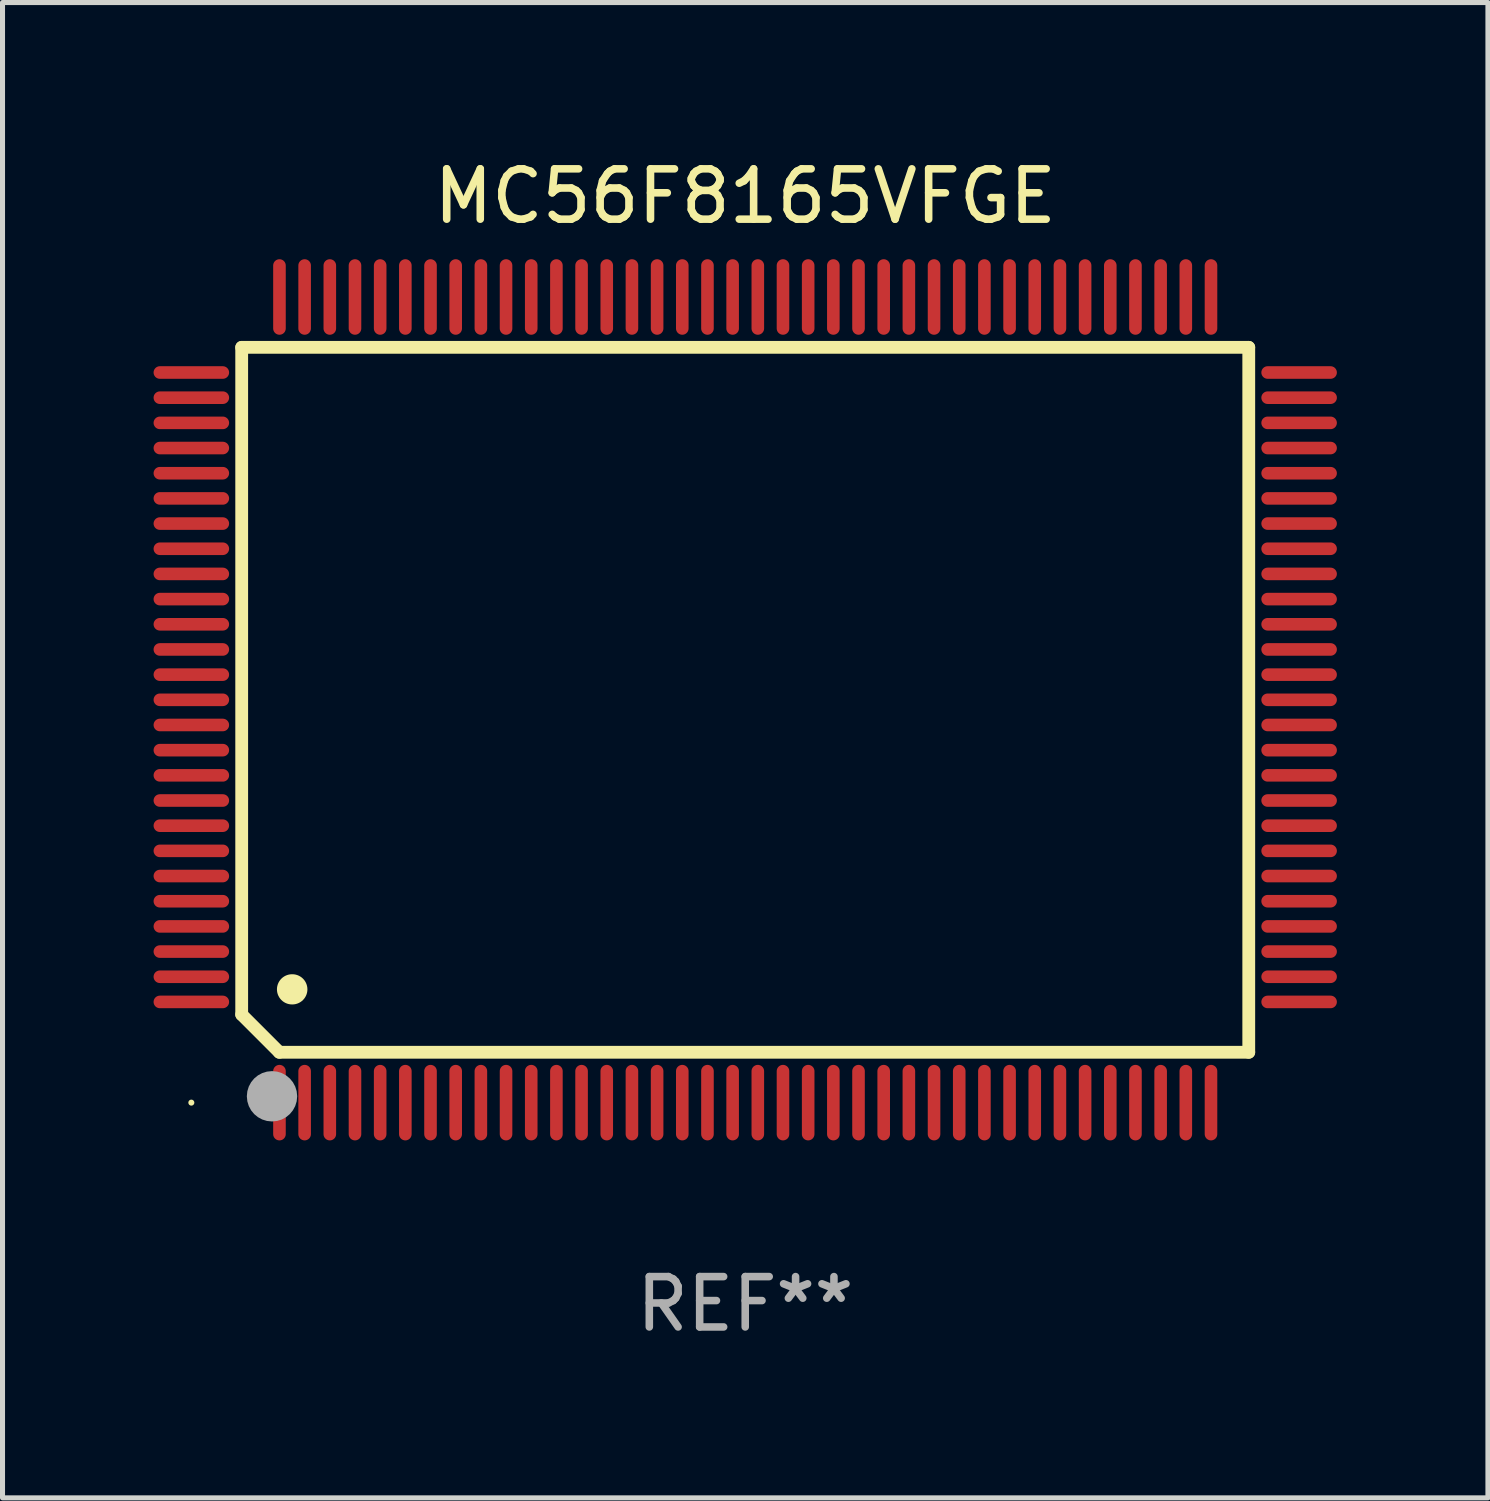
<source format=kicad_pcb>
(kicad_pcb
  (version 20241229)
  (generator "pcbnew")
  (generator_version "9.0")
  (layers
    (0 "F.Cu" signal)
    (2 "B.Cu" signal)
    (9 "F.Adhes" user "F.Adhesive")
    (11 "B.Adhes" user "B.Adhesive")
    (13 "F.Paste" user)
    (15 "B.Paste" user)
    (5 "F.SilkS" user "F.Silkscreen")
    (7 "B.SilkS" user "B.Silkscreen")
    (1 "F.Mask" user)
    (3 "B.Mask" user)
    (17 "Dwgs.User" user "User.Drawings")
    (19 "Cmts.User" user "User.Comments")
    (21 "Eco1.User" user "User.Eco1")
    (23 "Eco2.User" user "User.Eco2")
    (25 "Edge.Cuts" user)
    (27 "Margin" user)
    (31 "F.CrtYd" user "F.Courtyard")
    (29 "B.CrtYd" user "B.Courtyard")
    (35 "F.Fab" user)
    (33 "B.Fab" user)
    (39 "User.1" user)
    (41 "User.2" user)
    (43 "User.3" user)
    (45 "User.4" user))
  (footprint "MC56F8165VFGE"
    (layer "F.Cu")
    (at 11.75 10.848)
    (property "Reference" "MC56F8165VFGE" (at 0 -10 0) (layer "F.SilkS") (effects (font (size 1 1) (thickness 0.15))))
    (attr through_hole)
    (fp_line (start -10 -7) (end -10 6.25) (stroke (width 0.254) (type solid)) (layer "F.SilkS"))
    (fp_line (start -10 -7) (end 10 -7) (stroke (width 0.254) (type solid)) (layer "F.SilkS"))
    (fp_line (start -9.252 7) (end -10 6.252) (stroke (width 0.254) (type solid)) (layer "F.SilkS"))
    (fp_line (start 10 -7) (end 10 7) (stroke (width 0.254) (type solid)) (layer "F.SilkS"))
    (fp_line (start 10 7) (end -9.252 7) (stroke (width 0.254) (type solid)) (layer "F.SilkS"))
    (fp_arc (start -9.000025 5.750013) (mid -8.997485 5.750002) (end -8.994945 5.750013) (stroke (width 0.6) (type solid)) (layer "F.SilkS"))
    (fp_circle (center -11 8) (end -10.97 8) (stroke (width 0.06) (type solid)) (fill no) (layer "F.SilkS"))
    (fp_circle (center -9.398 7.874) (end -9.148 7.874) (stroke (width 0.5) (type solid)) (fill no) (layer "F.Fab"))
    (fp_text user "REF**" (at 0 12 0) (layer "F.Fab") (effects (font (size 1 1) (thickness 0.15))))
    (pad "1" smd oval (at -9.25 8) (size 0.25 1.5) (layers "F.Cu" "F.Mask" "F.Paste"))
    (pad "2" smd oval (at -8.75 8) (size 0.25 1.5) (layers "F.Cu" "F.Mask" "F.Paste"))
    (pad "3" smd oval (at -8.25 8) (size 0.25 1.5) (layers "F.Cu" "F.Mask" "F.Paste"))
    (pad "4" smd oval (at -7.75 8) (size 0.25 1.5) (layers "F.Cu" "F.Mask" "F.Paste"))
    (pad "5" smd oval (at -7.25 8) (size 0.25 1.5) (layers "F.Cu" "F.Mask" "F.Paste"))
    (pad "6" smd oval (at -6.75 8) (size 0.25 1.5) (layers "F.Cu" "F.Mask" "F.Paste"))
    (pad "7" smd oval (at -6.25 8) (size 0.25 1.5) (layers "F.Cu" "F.Mask" "F.Paste"))
    (pad "8" smd oval (at -5.75 8) (size 0.25 1.5) (layers "F.Cu" "F.Mask" "F.Paste"))
    (pad "9" smd oval (at -5.25 8) (size 0.25 1.5) (layers "F.Cu" "F.Mask" "F.Paste"))
    (pad "10" smd oval (at -4.75 8) (size 0.25 1.5) (layers "F.Cu" "F.Mask" "F.Paste"))
    (pad "11" smd oval (at -4.25 8) (size 0.25 1.5) (layers "F.Cu" "F.Mask" "F.Paste"))
    (pad "12" smd oval (at -3.75 8) (size 0.25 1.5) (layers "F.Cu" "F.Mask" "F.Paste"))
    (pad "13" smd oval (at -3.25 8) (size 0.25 1.5) (layers "F.Cu" "F.Mask" "F.Paste"))
    (pad "14" smd oval (at -2.75 8) (size 0.25 1.5) (layers "F.Cu" "F.Mask" "F.Paste"))
    (pad "15" smd oval (at -2.25 8) (size 0.25 1.5) (layers "F.Cu" "F.Mask" "F.Paste"))
    (pad "16" smd oval (at -1.75 8) (size 0.25 1.5) (layers "F.Cu" "F.Mask" "F.Paste"))
    (pad "17" smd oval (at -1.25 8) (size 0.25 1.5) (layers "F.Cu" "F.Mask" "F.Paste"))
    (pad "18" smd oval (at -0.75 8) (size 0.25 1.5) (layers "F.Cu" "F.Mask" "F.Paste"))
    (pad "19" smd oval (at -0.25 8) (size 0.25 1.5) (layers "F.Cu" "F.Mask" "F.Paste"))
    (pad "20" smd oval (at 0.25 8) (size 0.25 1.5) (layers "F.Cu" "F.Mask" "F.Paste"))
    (pad "21" smd oval (at 0.75 8) (size 0.25 1.5) (layers "F.Cu" "F.Mask" "F.Paste"))
    (pad "22" smd oval (at 1.25 8) (size 0.25 1.5) (layers "F.Cu" "F.Mask" "F.Paste"))
    (pad "23" smd oval (at 1.75 8) (size 0.25 1.5) (layers "F.Cu" "F.Mask" "F.Paste"))
    (pad "24" smd oval (at 2.25 8) (size 0.25 1.5) (layers "F.Cu" "F.Mask" "F.Paste"))
    (pad "25" smd oval (at 2.75 8) (size 0.25 1.5) (layers "F.Cu" "F.Mask" "F.Paste"))
    (pad "26" smd oval (at 3.25 8) (size 0.25 1.5) (layers "F.Cu" "F.Mask" "F.Paste"))
    (pad "27" smd oval (at 3.75 8) (size 0.25 1.5) (layers "F.Cu" "F.Mask" "F.Paste"))
    (pad "28" smd oval (at 4.25 8) (size 0.25 1.5) (layers "F.Cu" "F.Mask" "F.Paste"))
    (pad "29" smd oval (at 4.75 8) (size 0.25 1.5) (layers "F.Cu" "F.Mask" "F.Paste"))
    (pad "30" smd oval (at 5.25 8) (size 0.25 1.5) (layers "F.Cu" "F.Mask" "F.Paste"))
    (pad "31" smd oval (at 5.75 8) (size 0.25 1.5) (layers "F.Cu" "F.Mask" "F.Paste"))
    (pad "32" smd oval (at 6.25 8) (size 0.25 1.5) (layers "F.Cu" "F.Mask" "F.Paste"))
    (pad "33" smd oval (at 6.75 8 180) (size 0.25 1.5) (layers "F.Cu" "F.Mask" "F.Paste"))
    (pad "34" smd oval (at 7.25 8 180) (size 0.25 1.5) (layers "F.Cu" "F.Mask" "F.Paste"))
    (pad "35" smd oval (at 7.75 8 180) (size 0.25 1.5) (layers "F.Cu" "F.Mask" "F.Paste"))
    (pad "36" smd oval (at 8.25 8 180) (size 0.25 1.5) (layers "F.Cu" "F.Mask" "F.Paste"))
    (pad "37" smd oval (at 8.75 8 180) (size 0.25 1.5) (layers "F.Cu" "F.Mask" "F.Paste"))
    (pad "38" smd oval (at 9.25 8 180) (size 0.25 1.5) (layers "F.Cu" "F.Mask" "F.Paste"))
    (pad "39" smd oval (at 11 6 270) (size 0.25 1.5) (layers "F.Cu" "F.Mask" "F.Paste"))
    (pad "40" smd oval (at 11 5.5 270) (size 0.25 1.5) (layers "F.Cu" "F.Mask" "F.Paste"))
    (pad "41" smd oval (at 11 5 270) (size 0.25 1.5) (layers "F.Cu" "F.Mask" "F.Paste"))
    (pad "42" smd oval (at 11 4.5 270) (size 0.25 1.5) (layers "F.Cu" "F.Mask" "F.Paste"))
    (pad "43" smd oval (at 11 4 270) (size 0.25 1.5) (layers "F.Cu" "F.Mask" "F.Paste"))
    (pad "44" smd oval (at 11 3.5 270) (size 0.25 1.5) (layers "F.Cu" "F.Mask" "F.Paste"))
    (pad "45" smd oval (at 11 3 270) (size 0.25 1.5) (layers "F.Cu" "F.Mask" "F.Paste"))
    (pad "46" smd oval (at 11 2.5 270) (size 0.25 1.5) (layers "F.Cu" "F.Mask" "F.Paste"))
    (pad "47" smd oval (at 11 2 270) (size 0.25 1.5) (layers "F.Cu" "F.Mask" "F.Paste"))
    (pad "48" smd oval (at 11 1.5 270) (size 0.25 1.5) (layers "F.Cu" "F.Mask" "F.Paste"))
    (pad "49" smd oval (at 11 1 270) (size 0.25 1.5) (layers "F.Cu" "F.Mask" "F.Paste"))
    (pad "50" smd oval (at 11 0.5 270) (size 0.25 1.5) (layers "F.Cu" "F.Mask" "F.Paste"))
    (pad "51" smd oval (at 11 0 270) (size 0.25 1.5) (layers "F.Cu" "F.Mask" "F.Paste"))
    (pad "52" smd oval (at 11 -0.5 270) (size 0.25 1.5) (layers "F.Cu" "F.Mask" "F.Paste"))
    (pad "53" smd oval (at 11 -1 270) (size 0.25 1.5) (layers "F.Cu" "F.Mask" "F.Paste"))
    (pad "54" smd oval (at 11 -1.5 270) (size 0.25 1.5) (layers "F.Cu" "F.Mask" "F.Paste"))
    (pad "55" smd oval (at 11 -2 270) (size 0.25 1.5) (layers "F.Cu" "F.Mask" "F.Paste"))
    (pad "56" smd oval (at 11 -2.5 270) (size 0.25 1.5) (layers "F.Cu" "F.Mask" "F.Paste"))
    (pad "57" smd oval (at 11 -3 270) (size 0.25 1.5) (layers "F.Cu" "F.Mask" "F.Paste"))
    (pad "58" smd oval (at 11 -3.5 270) (size 0.25 1.5) (layers "F.Cu" "F.Mask" "F.Paste"))
    (pad "59" smd oval (at 11 -4 270) (size 0.25 1.5) (layers "F.Cu" "F.Mask" "F.Paste"))
    (pad "60" smd oval (at 11 -4.5 270) (size 0.25 1.5) (layers "F.Cu" "F.Mask" "F.Paste"))
    (pad "61" smd oval (at 11 -5 270) (size 0.25 1.5) (layers "F.Cu" "F.Mask" "F.Paste"))
    (pad "62" smd oval (at 11 -5.5 270) (size 0.25 1.5) (layers "F.Cu" "F.Mask" "F.Paste"))
    (pad "63" smd oval (at 11 -6 270) (size 0.25 1.5) (layers "F.Cu" "F.Mask" "F.Paste"))
    (pad "64" smd oval (at 11 -6.5 270) (size 0.25 1.5) (layers "F.Cu" "F.Mask" "F.Paste"))
    (pad "65" smd oval (at 9.25 -8 180) (size 0.25 1.5) (layers "F.Cu" "F.Mask" "F.Paste"))
    (pad "66" smd oval (at 8.75 -8 180) (size 0.25 1.5) (layers "F.Cu" "F.Mask" "F.Paste"))
    (pad "67" smd oval (at 8.25 -8 180) (size 0.25 1.5) (layers "F.Cu" "F.Mask" "F.Paste"))
    (pad "68" smd oval (at 7.75 -8 180) (size 0.25 1.5) (layers "F.Cu" "F.Mask" "F.Paste"))
    (pad "69" smd oval (at 7.25 -8 180) (size 0.25 1.5) (layers "F.Cu" "F.Mask" "F.Paste"))
    (pad "70" smd oval (at 6.75 -8 180) (size 0.25 1.5) (layers "F.Cu" "F.Mask" "F.Paste"))
    (pad "71" smd oval (at 6.25 -8 180) (size 0.25 1.5) (layers "F.Cu" "F.Mask" "F.Paste"))
    (pad "72" smd oval (at 5.75 -8 180) (size 0.25 1.5) (layers "F.Cu" "F.Mask" "F.Paste"))
    (pad "73" smd oval (at 5.25 -8 180) (size 0.25 1.5) (layers "F.Cu" "F.Mask" "F.Paste"))
    (pad "74" smd oval (at 4.75 -8 180) (size 0.25 1.5) (layers "F.Cu" "F.Mask" "F.Paste"))
    (pad "75" smd oval (at 4.25 -8 180) (size 0.25 1.5) (layers "F.Cu" "F.Mask" "F.Paste"))
    (pad "76" smd oval (at 3.75 -8 180) (size 0.25 1.5) (layers "F.Cu" "F.Mask" "F.Paste"))
    (pad "77" smd oval (at 3.25 -8 180) (size 0.25 1.5) (layers "F.Cu" "F.Mask" "F.Paste"))
    (pad "78" smd oval (at 2.75 -8 180) (size 0.25 1.5) (layers "F.Cu" "F.Mask" "F.Paste"))
    (pad "79" smd oval (at 2.25 -8 180) (size 0.25 1.5) (layers "F.Cu" "F.Mask" "F.Paste"))
    (pad "80" smd oval (at 1.75 -8 180) (size 0.25 1.5) (layers "F.Cu" "F.Mask" "F.Paste"))
    (pad "81" smd oval (at 1.25 -8 180) (size 0.25 1.5) (layers "F.Cu" "F.Mask" "F.Paste"))
    (pad "82" smd oval (at 0.75 -8 180) (size 0.25 1.5) (layers "F.Cu" "F.Mask" "F.Paste"))
    (pad "83" smd oval (at 0.25 -8 180) (size 0.25 1.5) (layers "F.Cu" "F.Mask" "F.Paste"))
    (pad "84" smd oval (at -0.25 -8 180) (size 0.25 1.5) (layers "F.Cu" "F.Mask" "F.Paste"))
    (pad "85" smd oval (at -0.75 -8 180) (size 0.25 1.5) (layers "F.Cu" "F.Mask" "F.Paste"))
    (pad "86" smd oval (at -1.25 -8 180) (size 0.25 1.5) (layers "F.Cu" "F.Mask" "F.Paste"))
    (pad "87" smd oval (at -1.75 -8 180) (size 0.25 1.5) (layers "F.Cu" "F.Mask" "F.Paste"))
    (pad "88" smd oval (at -2.25 -8 180) (size 0.25 1.5) (layers "F.Cu" "F.Mask" "F.Paste"))
    (pad "89" smd oval (at -2.75 -8 180) (size 0.25 1.5) (layers "F.Cu" "F.Mask" "F.Paste"))
    (pad "90" smd oval (at -3.25 -8 180) (size 0.25 1.5) (layers "F.Cu" "F.Mask" "F.Paste"))
    (pad "91" smd oval (at -3.75 -8 180) (size 0.25 1.5) (layers "F.Cu" "F.Mask" "F.Paste"))
    (pad "92" smd oval (at -4.25 -8 180) (size 0.25 1.5) (layers "F.Cu" "F.Mask" "F.Paste"))
    (pad "93" smd oval (at -4.75 -8 180) (size 0.25 1.5) (layers "F.Cu" "F.Mask" "F.Paste"))
    (pad "94" smd oval (at -5.25 -8 180) (size 0.25 1.5) (layers "F.Cu" "F.Mask" "F.Paste"))
    (pad "95" smd oval (at -5.75 -8 180) (size 0.25 1.5) (layers "F.Cu" "F.Mask" "F.Paste"))
    (pad "96" smd oval (at -6.25 -8 180) (size 0.25 1.5) (layers "F.Cu" "F.Mask" "F.Paste"))
    (pad "97" smd oval (at -6.75 -8 180) (size 0.25 1.5) (layers "F.Cu" "F.Mask" "F.Paste"))
    (pad "98" smd oval (at -7.25 -8 180) (size 0.25 1.5) (layers "F.Cu" "F.Mask" "F.Paste"))
    (pad "99" smd oval (at -7.75 -8 180) (size 0.25 1.5) (layers "F.Cu" "F.Mask" "F.Paste"))
    (pad "100" smd oval (at -8.25 -8 180) (size 0.25 1.5) (layers "F.Cu" "F.Mask" "F.Paste"))
    (pad "101" smd oval (at -8.75 -8 180) (size 0.25 1.5) (layers "F.Cu" "F.Mask" "F.Paste"))
    (pad "102" smd oval (at -9.25 -8) (size 0.25 1.5) (layers "F.Cu" "F.Mask" "F.Paste"))
    (pad "103" smd oval (at -11 -6.5 270) (size 0.25 1.5) (layers "F.Cu" "F.Mask" "F.Paste"))
    (pad "104" smd oval (at -11 -6 270) (size 0.25 1.5) (layers "F.Cu" "F.Mask" "F.Paste"))
    (pad "105" smd oval (at -11 -5.5 270) (size 0.25 1.5) (layers "F.Cu" "F.Mask" "F.Paste"))
    (pad "106" smd oval (at -11 -5 270) (size 0.25 1.5) (layers "F.Cu" "F.Mask" "F.Paste"))
    (pad "107" smd oval (at -11 -4.5 270) (size 0.25 1.5) (layers "F.Cu" "F.Mask" "F.Paste"))
    (pad "108" smd oval (at -11 -4 270) (size 0.25 1.5) (layers "F.Cu" "F.Mask" "F.Paste"))
    (pad "109" smd oval (at -11 -3.5 270) (size 0.25 1.5) (layers "F.Cu" "F.Mask" "F.Paste"))
    (pad "110" smd oval (at -11 -3 270) (size 0.25 1.5) (layers "F.Cu" "F.Mask" "F.Paste"))
    (pad "111" smd oval (at -11 -2.5 270) (size 0.25 1.5) (layers "F.Cu" "F.Mask" "F.Paste"))
    (pad "112" smd oval (at -11 -2 270) (size 0.25 1.5) (layers "F.Cu" "F.Mask" "F.Paste"))
    (pad "113" smd oval (at -11 -1.5 270) (size 0.25 1.5) (layers "F.Cu" "F.Mask" "F.Paste"))
    (pad "114" smd oval (at -11 -1 270) (size 0.25 1.5) (layers "F.Cu" "F.Mask" "F.Paste"))
    (pad "115" smd oval (at -11 -0.5 270) (size 0.25 1.5) (layers "F.Cu" "F.Mask" "F.Paste"))
    (pad "116" smd oval (at -11 0 270) (size 0.25 1.5) (layers "F.Cu" "F.Mask" "F.Paste"))
    (pad "117" smd oval (at -11 0.5 270) (size 0.25 1.5) (layers "F.Cu" "F.Mask" "F.Paste"))
    (pad "118" smd oval (at -11 1 270) (size 0.25 1.5) (layers "F.Cu" "F.Mask" "F.Paste"))
    (pad "119" smd oval (at -11 1.5 270) (size 0.25 1.5) (layers "F.Cu" "F.Mask" "F.Paste"))
    (pad "120" smd oval (at -11 2 270) (size 0.25 1.5) (layers "F.Cu" "F.Mask" "F.Paste"))
    (pad "121" smd oval (at -11 2.5 270) (size 0.25 1.5) (layers "F.Cu" "F.Mask" "F.Paste"))
    (pad "122" smd oval (at -11 3 270) (size 0.25 1.5) (layers "F.Cu" "F.Mask" "F.Paste"))
    (pad "123" smd oval (at -11 3.5 270) (size 0.25 1.5) (layers "F.Cu" "F.Mask" "F.Paste"))
    (pad "124" smd oval (at -11 4 270) (size 0.25 1.5) (layers "F.Cu" "F.Mask" "F.Paste"))
    (pad "125" smd oval (at -11 4.5 270) (size 0.25 1.5) (layers "F.Cu" "F.Mask" "F.Paste"))
    (pad "126" smd oval (at -11 5 270) (size 0.25 1.5) (layers "F.Cu" "F.Mask" "F.Paste"))
    (pad "127" smd oval (at -11 5.5 270) (size 0.25 1.5) (layers "F.Cu" "F.Mask" "F.Paste"))
    (pad "128" smd oval (at -11 6 270) (size 0.25 1.5) (layers "F.Cu" "F.Mask" "F.Paste")))
  (gr_rect
    (start -3 -3)
    (end 26.5 26.697)
    (stroke (width 0.1) (type default))
    (fill no)
    (layer "Edge.Cuts")))
</source>
